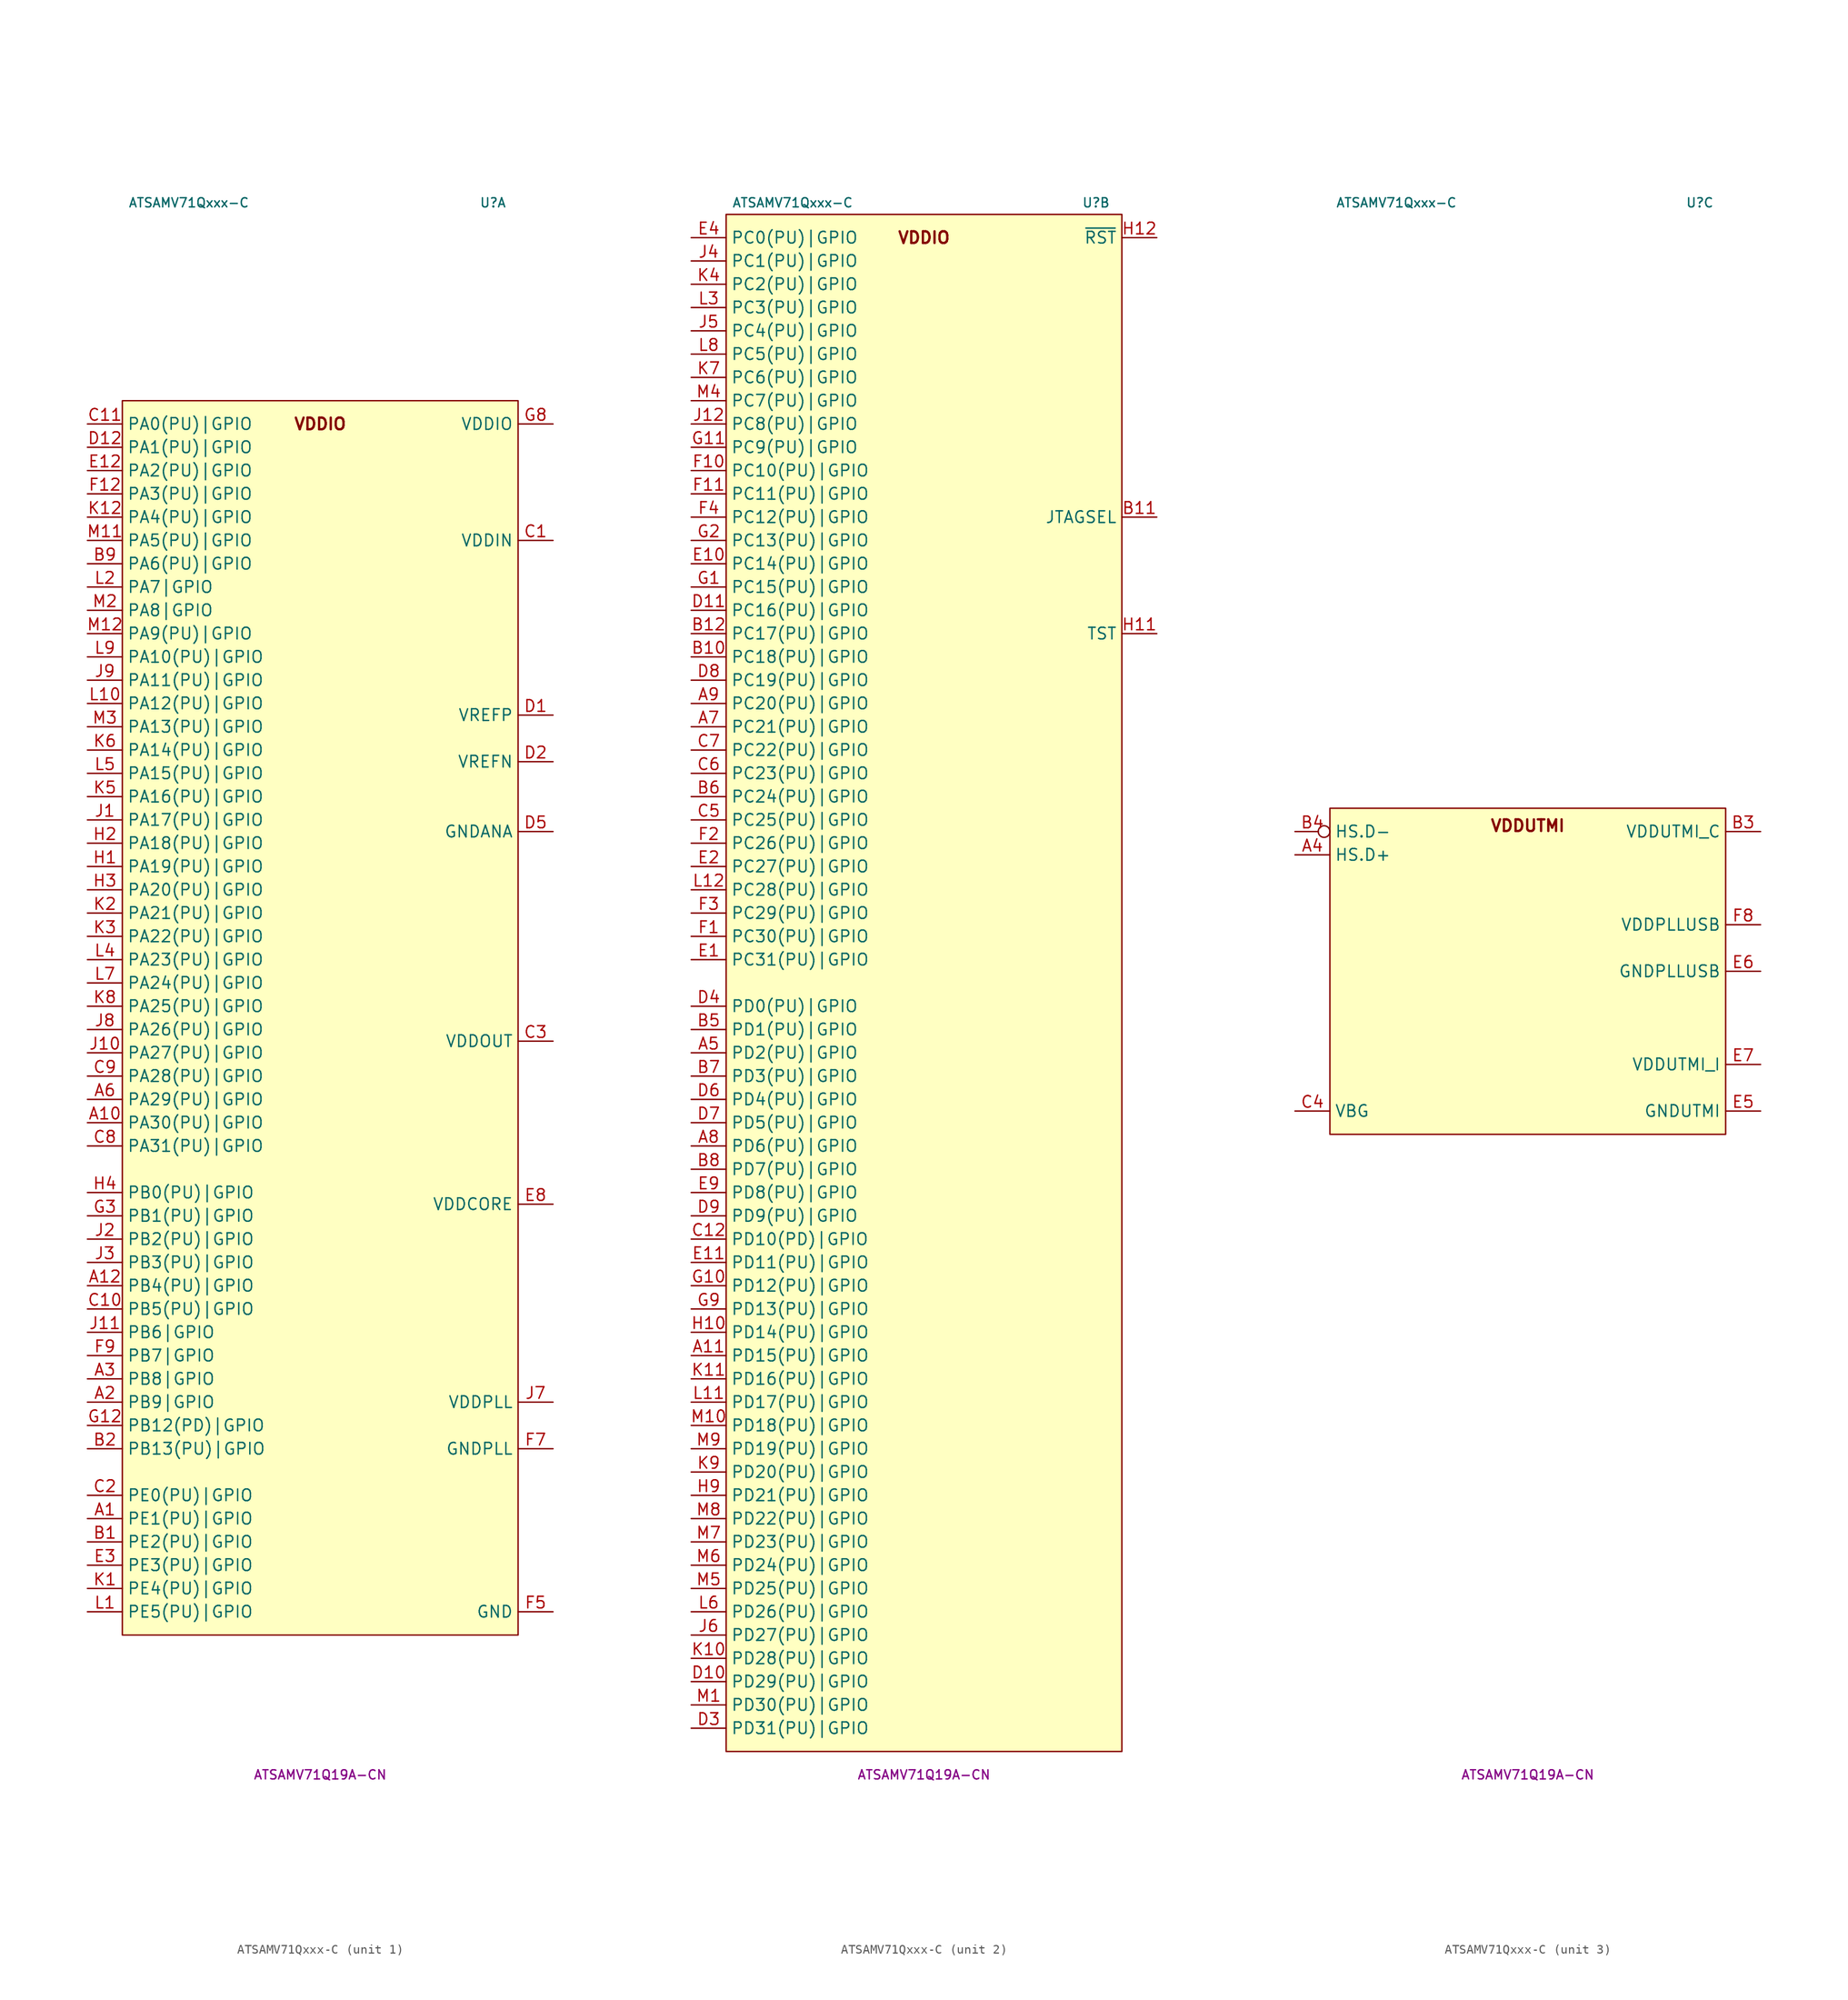
<source format=kicad_sym>
(kicad_symbol_lib
  (version 20231120)
  (generator "kicad_symbol_editor")
  (generator_version "8.0")
  (symbol "ATSAMV71Qxxx-C"
    (property "Reference" "U"
      (at 20.32 85.09 0)
      (do_not_autoplace)
      (effects (font (size 1 1)) (justify right)))
    (property "Value" "ATSAMV71Qxxx-C"
      (at -20.955 85.09 0)
      (do_not_autoplace)
      (effects (font (size 1 1)) (justify left)))
    (property "MPN" "ATSAMV71Q19A-CN"
      (at 0 -86.36 0)
      (do_not_autoplace)
      (effects (font (size 1 1))))
    (property "ki_locked" ""
      (at 0 0 0)
      (effects (font (size 1.27 1.27))))
    (symbol "ATSAMV71Qxxx-C_1_1"
      (rectangle (start -21.59 63.5) (end 21.59 -71.12) (stroke (width 0.152) (type default)) (fill (type background)))
      (text "VDDIO" (at 0 60.96 0) (effects (font (size 1.27 1.27) (bold yes))))
      (pin tri_state line (at -25.4 -58.42 0) (length 3.81) (name "PE1(PU)|GPIO" (effects (font (size 1.27 1.27)))) (number "A1" (effects (font (size 1.27 1.27)))) (alternate "PE1(PU)|A:EBI.D9" bidirectional line) (alternate "PE1(PU)|B:TC3.TIOB0" bidirectional line) (alternate "PE1(PU)|C:I2SC1.DO" output line))
      (pin tri_state line (at -25.4 -15.24 0) (length 3.81) (name "PA30(PU)|GPIO" (effects (font (size 1.27 1.27)))) (number "A10" (effects (font (size 1.27 1.27)))) (alternate "PA30(PU)|A:PWMC0.L2" output line) (alternate "PA30(PU)|ALT:WKUP11" input line) (alternate "PA30(PU)|B:PWMC1.EXTRG0" input line) (alternate "PA30(PU)|C:HSMCI.DA0" bidirectional line) (alternate "PA30(PU)|I2SC0.DO" output line))
      (pin tri_state line (at -25.4 -33.02 0) (length 3.81) (name "PB4(PU)|GPIO" (effects (font (size 1.27 1.27)))) (number "A12" (effects (font (size 1.27 1.27)))) (alternate "PB4(PU)|A:TW1.D" bidirectional line) (alternate "PB4(PU)|ALT:TDI" input line) (alternate "PB4(PU)|B:PWMC0.H2" output line) (alternate "PB4(PU)|C:MLB.CLK" input clock) (alternate "PB4(PU)|D:USART1.MO/SO" output line) (alternate "PB4(PU)|D:USART1.TXD" output line))
      (pin tri_state line (at -25.4 -45.72 0) (length 3.81) (name "PB9|GPIO" (effects (font (size 1.27 1.27)))) (number "A2" (effects (font (size 1.27 1.27)))) (alternate "PB9|XIN" input clock))
      (pin tri_state line (at -25.4 -43.18 0) (length 3.81) (name "PB8|GPIO" (effects (font (size 1.27 1.27)))) (number "A3" (effects (font (size 1.27 1.27)))) (alternate "PB8|XOUT" output clock))
      (pin tri_state line (at -25.4 -12.7 0) (length 3.81) (name "PA29(PU)|GPIO" (effects (font (size 1.27 1.27)))) (number "A6" (effects (font (size 1.27 1.27)))) (alternate "PA29(PU)|A:USART1.~{RI}" input inverted) (alternate "PA29(PU)|B:TC0.TCLK2" input clock))
      (pin tri_state line (at -25.4 -60.96 0) (length 3.81) (name "PE2(PU)|GPIO" (effects (font (size 1.27 1.27)))) (number "B1" (effects (font (size 1.27 1.27)))) (alternate "PE2(PU)|A:EBI.D10" bidirectional line) (alternate "PE2(PU)|B:TC3.TCLK0" input clock) (alternate "PE2(PU)|C:I2SC1.DI" input line))
      (pin tri_state line (at -25.4 -50.8 0) (length 3.81) (name "PB13(PU)|GPIO" (effects (font (size 1.27 1.27)))) (number "B2" (effects (font (size 1.27 1.27)))) (alternate "PB13(PU)|A:PWMC0.L2" output line) (alternate "PB13(PU)|ALT:DAC0" output line) (alternate "PB13(PU)|B:PCK0" output clock) (alternate "PB13(PU)|C:USART0.SCK" bidirectional clock))
      (pin tri_state line (at -25.4 45.72 0) (length 3.81) (name "PA6(PU)|GPIO" (effects (font (size 1.27 1.27)))) (number "B9" (effects (font (size 1.27 1.27)))) (alternate "PA6(PU)|B:PCK0" output clock) (alternate "PA6(PU)|C:UART1.TXD" output line))
      (pin power_in line (at 25.4 48.26 180) (length 3.81) (name "VDDIN" (effects (font (size 1.27 1.27)))) (number "C1" (effects (font (size 1.27 1.27)))))
      (pin tri_state line (at -25.4 -35.56 0) (length 3.81) (name "PB5(PU)|GPIO" (effects (font (size 1.27 1.27)))) (number "C10" (effects (font (size 1.27 1.27)))) (alternate "PB5(PU)|A:TW1.CK" bidirectional clock) (alternate "PB5(PU)|ALT:SWO" output line) (alternate "PB5(PU)|ALT:TDO" output line) (alternate "PB5(PU)|ALT:WKUP13" input line) (alternate "PB5(PU)|B:PWMC0.L0" output line) (alternate "PB5(PU)|C:MLB.DAT" bidirectional line) (alternate "PB5(PU)|D:SSC.TD" output line))
      (pin tri_state line (at -25.4 60.96 0) (length 3.81) (name "PA0(PU)|GPIO" (effects (font (size 1.27 1.27)))) (number "C11" (effects (font (size 1.27 1.27)))) (alternate "PA0(PU)|A:PWMC0.H0" output line) (alternate "PA0(PU)|ALT:WKUP0" input line) (alternate "PA0(PU)|B:TC0.TIO0A" bidirectional line) (alternate "PA0(PU)|C:EBI.A17" output line) (alternate "PA0(PU)|D:I2SC0.MCK" output clock))
      (pin tri_state line (at -25.4 -55.88 0) (length 3.81) (name "PE0(PU)|GPIO" (effects (font (size 1.27 1.27)))) (number "C2" (effects (font (size 1.27 1.27)))) (alternate "PE0(PU)|A:EBI.D8" bidirectional line) (alternate "PE0(PU)|ALT:AFE1.AD11" input line) (alternate "PE0(PU)|B:TC3.TIOA0" bidirectional line) (alternate "PE0(PU)|C:I2SC1.WS" bidirectional clock))
      (pin power_out line (at 25.4 -6.35 180) (length 3.81) (name "VDDOUT" (effects (font (size 1.27 1.27)))) (number "C3" (effects (font (size 1.27 1.27)))))
      (pin tri_state line (at -25.4 -17.78 0) (length 3.81) (name "PA31(PU)|GPIO" (effects (font (size 1.27 1.27)))) (number "C8" (effects (font (size 1.27 1.27)))) (alternate "PA31(PU)|A:SPI0.~{PCS1}" output inverted) (alternate "PA31(PU)|B:PCK2" output clock) (alternate "PA31(PU)|C:HSMCI.DA1" bidirectional line) (alternate "PA31(PU)|D:PWMC1.H2" output line))
      (pin tri_state line (at -25.4 -10.16 0) (length 3.81) (name "PA28(PU)|GPIO" (effects (font (size 1.27 1.27)))) (number "C9" (effects (font (size 1.27 1.27)))) (alternate "PA28(PU)|A:USART1.~{DSR}" input inverted) (alternate "PA28(PU)|B:TC0.TCLK1" input clock) (alternate "PA28(PU)|C:HSMCI.CMD" bidirectional line) (alternate "PA28(PU)|D:PWMC1.FL2" input line))
      (pin passive line (at 25.4 29.21 180) (length 3.81) (name "VREFP" (effects (font (size 1.27 1.27)))) (number "D1" (effects (font (size 1.27 1.27)))))
      (pin tri_state line (at -25.4 58.42 0) (length 3.81) (name "PA1(PU)|GPIO" (effects (font (size 1.27 1.27)))) (number "D12" (effects (font (size 1.27 1.27)))) (alternate "PA1(PU)|A:PWMC0.L0" output line) (alternate "PA1(PU)|ALT:WKUP1" input line) (alternate "PA1(PU)|B:TC0.TIOB0" bidirectional line) (alternate "PA1(PU)|C:EBI.A18" output line) (alternate "PA1(PU)|D:I2SC0.CK" bidirectional clock))
      (pin passive line (at 25.4 24.13 180) (length 3.81) (name "VREFN" (effects (font (size 1.27 1.27)))) (number "D2" (effects (font (size 1.27 1.27)))))
      (pin power_in line (at 25.4 16.51 180) (length 3.81) (name "GNDANA" (effects (font (size 1.27 1.27)))) (number "D5" (effects (font (size 1.27 1.27)))))
      (pin tri_state line (at -25.4 55.88 0) (length 3.81) (name "PA2(PU)|GPIO" (effects (font (size 1.27 1.27)))) (number "E12" (effects (font (size 1.27 1.27)))) (alternate "PA2(PU)|A:PWMC0.H1" output line) (alternate "PA2(PU)|ALT:WKUP2" input line) (alternate "PA2(PU)|C:DAC.DATRG" input line))
      (pin tri_state line (at -25.4 -63.5 0) (length 3.81) (name "PE3(PU)|GPIO" (effects (font (size 1.27 1.27)))) (number "E3" (effects (font (size 1.27 1.27)))) (alternate "PE3(PU)|A:EBI.D11" bidirectional line) (alternate "PE3(PU)|ALT:AFE1.AD10" input line) (alternate "PE3(PU)|B:TC3.TIOA1" bidirectional line))
      (pin power_in line (at 25.4 -24.13 180) (length 3.81) (name "VDDCORE" (effects (font (size 1.27 1.27)))) (number "E8" (effects (font (size 1.27 1.27)))))
      (pin tri_state line (at -25.4 53.34 0) (length 3.81) (name "PA3(PU)|GPIO" (effects (font (size 1.27 1.27)))) (number "F12" (effects (font (size 1.27 1.27)))) (alternate "PA3(PU)|A:TW0.D" bidirectional line) (alternate "PA3(PU)|ALT:PIODC0" input line) (alternate "PA3(PU)|B:USART1.~{LONCOL}" input inverted) (alternate "PA3(PU)|C:PCK2" output clock))
      (pin power_in line (at 25.4 -68.58 180) (length 3.81) (name "GND" (effects (font (size 1.27 1.27)))) (number "F5" (effects (font (size 1.27 1.27)))))
      (pin passive line (at 25.4 -68.58 180) (length 3.81) hide (name "GND" (effects (font (size 1.27 1.27)))) (number "F6" (effects (font (size 1.27 1.27)))))
      (pin power_in line (at 25.4 -50.8 180) (length 3.81) (name "GNDPLL" (effects (font (size 1.27 1.27)))) (number "F7" (effects (font (size 1.27 1.27)))))
      (pin tri_state line (at -25.4 -40.64 0) (length 3.81) (name "PB7|GPIO" (effects (font (size 1.27 1.27)))) (number "F9" (effects (font (size 1.27 1.27)))) (alternate "PB7|ALT:SWCLK" input clock) (alternate "PB7|ALT:TCK" input clock))
      (pin tri_state line (at -25.4 -48.26 0) (length 3.81) (name "PB12(PD)|GPIO" (effects (font (size 1.27 1.27)))) (number "G12" (effects (font (size 1.27 1.27)))) (alternate "PB12(PD)|A:PWMC0.L1" output line) (alternate "PB12(PD)|ALT:ERASE" input line) (alternate "PB12(PD)|B:GMAC.~{GTSUCOMP}" output inverted) (alternate "PB12(PD)|D:PCK0" output clock))
      (pin tri_state line (at -25.4 -25.4 0) (length 3.81) (name "PB1(PU)|GPIO" (effects (font (size 1.27 1.27)))) (number "G3" (effects (font (size 1.27 1.27)))) (alternate "PB1(PU)|A:PWMC0.H1" output line) (alternate "PB1(PU)|ALT.RTCOUT1" output line) (alternate "PB1(PU)|ALT:AFE1.AD0" input line) (alternate "PB1(PU)|B:GMAC.~{GTSUCOMP}" output inverted) (alternate "PB1(PU)|C:USART0.MO/SO" output line) (alternate "PB1(PU)|C:USART0.TXD" output line) (alternate "PB1(PU)|D:SSC.TK" output clock))
      (pin passive line (at 25.4 -68.58 180) (length 3.81) hide (name "GND" (effects (font (size 1.27 1.27)))) (number "G4" (effects (font (size 1.27 1.27)))))
      (pin passive line (at 25.4 -68.58 180) (length 3.81) hide (name "GND" (effects (font (size 1.27 1.27)))) (number "G5" (effects (font (size 1.27 1.27)))))
      (pin passive line (at 25.4 -68.58 180) (length 3.81) hide (name "GND" (effects (font (size 1.27 1.27)))) (number "G6" (effects (font (size 1.27 1.27)))))
      (pin passive line (at 25.4 -68.58 180) (length 3.81) hide (name "GND" (effects (font (size 1.27 1.27)))) (number "G7" (effects (font (size 1.27 1.27)))))
      (pin power_in line (at 25.4 60.96 180) (length 3.81) (name "VDDIO" (effects (font (size 1.27 1.27)))) (number "G8" (effects (font (size 1.27 1.27)))))
      (pin tri_state line (at -25.4 12.7 0) (length 3.81) (name "PA19(PU)|GPIO" (effects (font (size 1.27 1.27)))) (number "H1" (effects (font (size 1.27 1.27)))) (alternate "PA19(PU)|ALT:AFE0.AD8" input line) (alternate "PA19(PU)|ALT:WKUP9" input line) (alternate "PA19(PU)|B:PWMC0.L0" output line) (alternate "PA19(PU)|C:EBI.A15" output line) (alternate "PA19(PU)|D:I2SC1.MCK" output clock))
      (pin tri_state line (at -25.4 15.24 0) (length 3.81) (name "PA18(PU)|GPIO" (effects (font (size 1.27 1.27)))) (number "H2" (effects (font (size 1.27 1.27)))) (alternate "PA18(PU)|A:PWMC1.EXTRG1" input line) (alternate "PA18(PU)|ALT:AFE0.AD7" input line) (alternate "PA18(PU)|B:PCK2" output clock) (alternate "PA18(PU)|C:EBI.A14" output line))
      (pin tri_state line (at -25.4 10.16 0) (length 3.81) (name "PA20(PU)|GPIO" (effects (font (size 1.27 1.27)))) (number "H3" (effects (font (size 1.27 1.27)))) (alternate "PA20(PU)|ALT:AFE0.AD9" input line) (alternate "PA20(PU)|ALT:WKUP10" input line) (alternate "PA20(PU)|B:PWMC0.L1" output line) (alternate "PA20(PU)|C:EBI.A16" output line) (alternate "PA20(PU)|D:I2SC1.CK" bidirectional clock))
      (pin tri_state line (at -25.4 -22.86 0) (length 3.81) (name "PB0(PU)|GPIO" (effects (font (size 1.27 1.27)))) (number "H4" (effects (font (size 1.27 1.27)))) (alternate "PB0(PU)|A:PWMC0.H0" output line) (alternate "PB0(PU)|ALT:AFE0.AD10" input line) (alternate "PB0(PU)|ALT:RTCOUT0" output line) (alternate "PB0(PU)|C:USART0.MI/SI" input line) (alternate "PB0(PU)|C:USART0.RXD" input line) (alternate "PB0(PU)|D:SSC.TF" output clock))
      (pin passive line (at 25.4 -24.13 180) (length 3.81) hide (name "VDDCORE" (effects (font (size 1.27 1.27)))) (number "H5" (effects (font (size 1.27 1.27)))))
      (pin passive line (at 25.4 60.96 180) (length 3.81) hide (name "VDDIO" (effects (font (size 1.27 1.27)))) (number "H6" (effects (font (size 1.27 1.27)))))
      (pin passive line (at 25.4 60.96 180) (length 3.81) hide (name "VDDIO" (effects (font (size 1.27 1.27)))) (number "H7" (effects (font (size 1.27 1.27)))))
      (pin passive line (at 25.4 -24.13 180) (length 3.81) hide (name "VDDCORE" (effects (font (size 1.27 1.27)))) (number "H8" (effects (font (size 1.27 1.27)))))
      (pin tri_state line (at -25.4 17.78 0) (length 3.81) (name "PA17(PU)|GPIO" (effects (font (size 1.27 1.27)))) (number "J1" (effects (font (size 1.27 1.27)))) (alternate "PA17(PU)|A:QSPI.IO2" bidirectional line) (alternate "PA17(PU)|ALT:AFE0.AD6" input line) (alternate "PA17(PU)|B:PCK1" output clock) (alternate "PA17(PU)|C:PWMC0.H3" output line))
      (pin tri_state line (at -25.4 -7.62 0) (length 3.81) (name "PA27(PU)|GPIO" (effects (font (size 1.27 1.27)))) (number "J10" (effects (font (size 1.27 1.27)))) (alternate "PA27(PU)|A:USART1.~{DTR}" output inverted) (alternate "PA27(PU)|B:TC0.TIOB2" bidirectional line) (alternate "PA27(PU)|C:HSMCI.DA3" bidirectional line) (alternate "PA27(PU)|D:ISI.D7" input line))
      (pin tri_state line (at -25.4 -38.1 0) (length 3.81) (name "PB6|GPIO" (effects (font (size 1.27 1.27)))) (number "J11" (effects (font (size 1.27 1.27)))) (alternate "PB6|ALT:SWDIO" bidirectional line) (alternate "PB6|ALT:TMS" input line))
      (pin tri_state line (at -25.4 -27.94 0) (length 3.81) (name "PB2(PU)|GPIO" (effects (font (size 1.27 1.27)))) (number "J2" (effects (font (size 1.27 1.27)))) (alternate "PB2(PU)|A:CAN0.TX" output line) (alternate "PB2(PU)|ALT:AFE0.AD5" input line) (alternate "PB2(PU)|C:USART0.~{CTS}" input inverted) (alternate "PB2(PU)|D:SPI0.~{PCS0}" bidirectional inverted))
      (pin tri_state line (at -25.4 -30.48 0) (length 3.81) (name "PB3(PU)|GPIO" (effects (font (size 1.27 1.27)))) (number "J3" (effects (font (size 1.27 1.27)))) (alternate "PB3(PU)|A:CAN0.RX" input line) (alternate "PB3(PU)|ALT:AFE0.AD2" input line) (alternate "PB3(PU)|ALT:WKUP12" input line) (alternate "PB3(PU)|B:PCK2" output clock) (alternate "PB3(PU)|C:USART0.~{RTS}" output inverted) (alternate "PB3(PU)|D:ISI.D2" input line))
      (pin power_in line (at 25.4 -45.72 180) (length 3.81) (name "VDDPLL" (effects (font (size 1.27 1.27)))) (number "J7" (effects (font (size 1.27 1.27)))))
      (pin tri_state line (at -25.4 -5.08 0) (length 3.81) (name "PA26(PU)|GPIO" (effects (font (size 1.27 1.27)))) (number "J8" (effects (font (size 1.27 1.27)))) (alternate "PA26(PU)|A:USART1.~{DCD}" input inverted) (alternate "PA26(PU)|B:TC0.TIOA2" bidirectional line) (alternate "PA26(PU)|C:HSMCI.DA2" bidirectional line) (alternate "PA26(PU)|D:PWMC1.FL1" input line))
      (pin tri_state line (at -25.4 33.02 0) (length 3.81) (name "PA11(PU)|GPIO" (effects (font (size 1.27 1.27)))) (number "J9" (effects (font (size 1.27 1.27)))) (alternate "PA11(PU)|A:QSPI.~{CS}" output inverted) (alternate "PA11(PU)|ALT:PIODC5" input line) (alternate "PA11(PU)|ALT:WKUP7" input line) (alternate "PA11(PU)|B:PWMC0.H0" output line) (alternate "PA11(PU)|C:PWMC1.L0" output line))
      (pin tri_state line (at -25.4 -66.04 0) (length 3.81) (name "PE4(PU)|GPIO" (effects (font (size 1.27 1.27)))) (number "K1" (effects (font (size 1.27 1.27)))) (alternate "PE4(PU)|A:EBI.D12" bidirectional line) (alternate "PE4(PU)|ALT:AFE0.AD4" input line) (alternate "PE4(PU)|B:TC3.TIOB1" bidirectional line))
      (pin tri_state line (at -25.4 50.8 0) (length 3.81) (name "PA4(PU)|GPIO" (effects (font (size 1.27 1.27)))) (number "K12" (effects (font (size 1.27 1.27)))) (alternate "PA4(PU)|A:TW0.CK" bidirectional clock) (alternate "PA4(PU)|ALT:PIODC1" input line) (alternate "PA4(PU)|ALT:WKUP3" input line) (alternate "PA4(PU)|B:TC0.TCLK0" input clock) (alternate "PA4(PU)|C:UART1.TXD" output line))
      (pin tri_state line (at -25.4 7.62 0) (length 3.81) (name "PA21(PU)|GPIO" (effects (font (size 1.27 1.27)))) (number "K2" (effects (font (size 1.27 1.27)))) (alternate "PA21(PU)|A:USART1.MI/SI" input line) (alternate "PA21(PU)|A:USART1.RXD" input line) (alternate "PA21(PU)|ALT:AFE0.AD1" input line) (alternate "PA21(PU)|ALT:PIODCEN2" input line) (alternate "PA21(PU)|B:PCK1" output clock) (alternate "PA21(PU)|C:PWMC1.FL0" input line))
      (pin tri_state line (at -25.4 5.08 0) (length 3.81) (name "PA22(PU)|GPIO" (effects (font (size 1.27 1.27)))) (number "K3" (effects (font (size 1.27 1.27)))) (alternate "PA22(PU)|A:SSC.RK" input clock) (alternate "PA22(PU)|ALT:PIODCCLK" input clock) (alternate "PA22(PU)|B:PWMC0.EXTRG1" input line) (alternate "PA22(PU)|C:EBI.~{CS2}" output inverted))
      (pin tri_state line (at -25.4 20.32 0) (length 3.81) (name "PA16(PU)|GPIO" (effects (font (size 1.27 1.27)))) (number "K5" (effects (font (size 1.27 1.27)))) (alternate "PA16(PU)|A:EBI.D15" bidirectional line) (alternate "PA16(PU)|B:TC0.TIOB1" bidirectional line) (alternate "PA16(PU)|C:PWMC0.L2" output line) (alternate "PA16(PU)|D:I2SC0.DI" input line))
      (pin tri_state line (at -25.4 25.4 0) (length 3.81) (name "PA14(PU)|GPIO" (effects (font (size 1.27 1.27)))) (number "K6" (effects (font (size 1.27 1.27)))) (alternate "PA14(PU)|A:QSPI.SCK" output clock) (alternate "PA14(PU)|ALT:PIODCEN1" input line) (alternate "PA14(PU)|ALT:WKUP8" input line) (alternate "PA14(PU)|B:PWMC0.H3" output line) (alternate "PA14(PU)|C:PWMC1.H1" output line))
      (pin tri_state line (at -25.4 -2.54 0) (length 3.81) (name "PA25(PU)|GPIO" (effects (font (size 1.27 1.27)))) (number "K8" (effects (font (size 1.27 1.27)))) (alternate "PA25(PU)|A:USART1.~{CTS}" input inverted) (alternate "PA25(PU)|B:PWMC0.H2" output line) (alternate "PA25(PU)|C:EBI.A23" output line) (alternate "PA25(PU)|D:HSMCI.CK" output clock))
      (pin tri_state line (at -25.4 -68.58 0) (length 3.81) (name "PE5(PU)|GPIO" (effects (font (size 1.27 1.27)))) (number "L1" (effects (font (size 1.27 1.27)))) (alternate "PE5(PU)|A:EBI.D13" bidirectional line) (alternate "PE5(PU)|ALT:AFE0.AD3" input line) (alternate "PE5(PU)|B:TC3.TCLK1" input clock))
      (pin tri_state line (at -25.4 30.48 0) (length 3.81) (name "PA12(PU)|GPIO" (effects (font (size 1.27 1.27)))) (number "L10" (effects (font (size 1.27 1.27)))) (alternate "PA12(PU)|A:QSPI.IO1" bidirectional line) (alternate "PA12(PU)|ALT:PIODC6" input line) (alternate "PA12(PU)|B:PWMC0.H1" output line) (alternate "PA12(PU)|C:PWMC1.H0" output line))
      (pin tri_state line (at -25.4 43.18 0) (length 3.81) (name "PA7|GPIO" (effects (font (size 1.27 1.27)))) (number "L2" (effects (font (size 1.27 1.27)))) (alternate "PA7|ALT:XIN32" input clock) (alternate "PA7|B:PWMC0.H3" output line))
      (pin tri_state line (at -25.4 2.54 0) (length 3.81) (name "PA23(PU)|GPIO" (effects (font (size 1.27 1.27)))) (number "L4" (effects (font (size 1.27 1.27)))) (alternate "PA23(PU)|A:USART1.SCK" bidirectional clock) (alternate "PA23(PU)|B:PWMC0.H0" output line) (alternate "PA23(PU)|C:EBI.A19" output line) (alternate "PA23(PU)|D:PWMC1.L2" output line))
      (pin tri_state line (at -25.4 22.86 0) (length 3.81) (name "PA15(PU)|GPIO" (effects (font (size 1.27 1.27)))) (number "L5" (effects (font (size 1.27 1.27)))) (alternate "PA15(PU)|A:EBI.D14" bidirectional line) (alternate "PA15(PU)|B:TC0.TIOA1" bidirectional line) (alternate "PA15(PU)|C:PWMC0.L3" output line) (alternate "PA15(PU)|D:I2SC0.WS" bidirectional clock))
      (pin tri_state line (at -25.4 0 0) (length 3.81) (name "PA24(PU)|GPIO" (effects (font (size 1.27 1.27)))) (number "L7" (effects (font (size 1.27 1.27)))) (alternate "PA24(PU)|A:USART1.~{RTS}" output inverted) (alternate "PA24(PU)|B:PWMC0.H1" output line) (alternate "PA24(PU)|C:EBI.A20" output line) (alternate "PA24(PU)|D:ISI.PCK" input clock))
      (pin tri_state line (at -25.4 35.56 0) (length 3.81) (name "PA10(PU)|GPIO" (effects (font (size 1.27 1.27)))) (number "L9" (effects (font (size 1.27 1.27)))) (alternate "PA10(PU)|A:UART0.TXD" output line) (alternate "PA10(PU)|ALT:PIODC4" input line) (alternate "PA10(PU)|B:PWMC0.EXTRG0" input line) (alternate "PA10(PU)|C:SSC.RD" input line))
      (pin tri_state line (at -25.4 48.26 0) (length 3.81) (name "PA5(PU)|GPIO" (effects (font (size 1.27 1.27)))) (number "M11" (effects (font (size 1.27 1.27)))) (alternate "PA5(PU)|A:PWMC1.L3" output line) (alternate "PA5(PU)|ALT:PIODC2" input line) (alternate "PA5(PU)|ALT:WKUP4" input line) (alternate "PA5(PU)|B:ISI.D4" input line) (alternate "PA5(PU)|C:UART1.RXD" input line))
      (pin tri_state line (at -25.4 38.1 0) (length 3.81) (name "PA9(PU)|GPIO" (effects (font (size 1.27 1.27)))) (number "M12" (effects (font (size 1.27 1.27)))) (alternate "PA9(PU)|A:UART0.RXD" input line) (alternate "PA9(PU)|ALT:PIODC3" input line) (alternate "PA9(PU)|ALT:WKUP6" input line) (alternate "PA9(PU)|B:ISI.D3" input line) (alternate "PA9(PU)|C:PWMC0.FL0" input line))
      (pin tri_state line (at -25.4 40.64 0) (length 3.81) (name "PA8|GPIO" (effects (font (size 1.27 1.27)))) (number "M2" (effects (font (size 1.27 1.27)))) (alternate "PA8|A:PWMC1.H3" output line) (alternate "PA8|ALT:XOUT32" output clock) (alternate "PA8|B:AFE0.ADTRG" input line))
      (pin tri_state line (at -25.4 27.94 0) (length 3.81) (name "PA13(PU)|GPIO" (effects (font (size 1.27 1.27)))) (number "M3" (effects (font (size 1.27 1.27)))) (alternate "PA13(PU)|A:QSPI.IO0" bidirectional line) (alternate "PA13(PU)|ALT:PIODC7" input line) (alternate "PA13(PU)|B:PWMC0.H2" output line) (alternate "PA13(PU)|C:PWMC1.L1" output line)))
    (symbol "ATSAMV71Qxxx-C_2_1"
      (rectangle (start -21.59 83.82) (end 21.59 -83.82) (stroke (width 0.152) (type default)) (fill (type background)))
      (text "VDDIO" (at 0 81.28 0) (effects (font (size 1.27 1.27) (bold yes))))
      (pin tri_state line (at -25.4 -40.64 0) (length 3.81) (name "PD15(PU)|GPIO" (effects (font (size 1.27 1.27)))) (number "A11" (effects (font (size 1.27 1.27)))) (alternate "PD15(PU)|A:GMAC.GTX2" output line) (alternate "PD15(PU)|B:USART2.MI/SI" input line) (alternate "PD15(PU)|B:USART2.RXD" input line) (alternate "PD15(PU)|C:EBI.~{BS1}" output inverted) (alternate "PD15(PU)|C:EBI.~{WR1}" output inverted))
      (pin tri_state line (at -25.4 -7.62 0) (length 3.81) (name "PD2(PU)|GPIO" (effects (font (size 1.27 1.27)))) (number "A5" (effects (font (size 1.27 1.27)))) (alternate "PD2(PU)|A:GMAC.GTX0" output line) (alternate "PD2(PU)|B:PWMC1.L1" output line) (alternate "PD2(PU)|C:SPI1.~{PCS3}" output inverted) (alternate "PD2(PU)|D:USART0.~{DSR}" input inverted))
      (pin tri_state line (at -25.4 27.94 0) (length 3.81) (name "PC21(PU)|GPIO" (effects (font (size 1.27 1.27)))) (number "A7" (effects (font (size 1.27 1.27)))) (alternate "PC21(PU)|A:EBI.A3" output line) (alternate "PC21(PU)|B:PWMC0.H3" output line))
      (pin tri_state line (at -25.4 -17.78 0) (length 3.81) (name "PD6(PU)|GPIO" (effects (font (size 1.27 1.27)))) (number "A8" (effects (font (size 1.27 1.27)))) (alternate "PD6(PU)|A:GMAC.GRX1" input line) (alternate "PD6(PU)|B:PWMC1.L3" output line) (alternate "PD6(PU)|C:TRACE.D2" bidirectional line) (alternate "PD6(PU)|D:USART2.~{DSR}" input inverted))
      (pin tri_state line (at -25.4 30.48 0) (length 3.81) (name "PC20(PU)|GPIO" (effects (font (size 1.27 1.27)))) (number "A9" (effects (font (size 1.27 1.27)))) (alternate "PC20(PU)|A:EBI.A2" output line) (alternate "PC20(PU)|B:PWMC0.L2" output line))
      (pin tri_state line (at -25.4 35.56 0) (length 3.81) (name "PC18(PU)|GPIO" (effects (font (size 1.27 1.27)))) (number "B10" (effects (font (size 1.27 1.27)))) (alternate "PC18(PU)|A:EBI.A0" output line) (alternate "PC18(PU)|A:EBI.~{BS0}" output inverted) (alternate "PC18(PU)|B:PWMC0.L1" output line))
      (pin input line (at 25.4 50.8 180) (length 3.81) (name "JTAGSEL" (effects (font (size 1.27 1.27)))) (number "B11" (effects (font (size 1.27 1.27)))))
      (pin tri_state line (at -25.4 38.1 0) (length 3.81) (name "PC17(PU)|GPIO" (effects (font (size 1.27 1.27)))) (number "B12" (effects (font (size 1.27 1.27)))) (alternate "PC17(PU)|A:EBI.A22" output line) (alternate "PC17(PU)|A:EBI.~{NANDCLE}" output inverted))
      (pin tri_state line (at -25.4 -5.08 0) (length 3.81) (name "PD1(PU)|GPIO" (effects (font (size 1.27 1.27)))) (number "B5" (effects (font (size 1.27 1.27)))) (alternate "PD1(PU)|A:GMAC.GTXEN" output line) (alternate "PD1(PU)|B:PWMC1.H0" output line) (alternate "PD1(PU)|C:SPI1.~{PCS2}" output inverted) (alternate "PD1(PU)|D:USART0.~{DTR}" output inverted))
      (pin tri_state line (at -25.4 20.32 0) (length 3.81) (name "PC24(PU)|GPIO" (effects (font (size 1.27 1.27)))) (number "B6" (effects (font (size 1.27 1.27)))) (alternate "PC24(PU)|A:EBI.A6" output line) (alternate "PC24(PU)|B:TC1.TIOB0" bidirectional line) (alternate "PC24(PU)|C:SPI1.SPCK" bidirectional clock))
      (pin tri_state line (at -25.4 -10.16 0) (length 3.81) (name "PD3(PU)|GPIO" (effects (font (size 1.27 1.27)))) (number "B7" (effects (font (size 1.27 1.27)))) (alternate "PD3(PU)|A:GMAC.TX1" output line) (alternate "PD3(PU)|B:PWMC1.H1" output line) (alternate "PD3(PU)|C:UART4.TXD" output line) (alternate "PD3(PU)|D:USART0.~{RI}" input inverted))
      (pin tri_state line (at -25.4 -20.32 0) (length 3.81) (name "PD7(PU)|GPIO" (effects (font (size 1.27 1.27)))) (number "B8" (effects (font (size 1.27 1.27)))) (alternate "PD7(PU)|A:GMAC.GRXER" input line) (alternate "PD7(PU)|B:PWMC1.H3" output line) (alternate "PD7(PU)|C:TRACE.D3" bidirectional line) (alternate "PD7(PU)|D:USART2.~{RI}" input inverted))
      (pin tri_state line (at -25.4 -27.94 0) (length 3.81) (name "PD10(PD)|GPIO" (effects (font (size 1.27 1.27)))) (number "C12" (effects (font (size 1.27 1.27)))) (alternate "PD10(PD)|A:GMAC.GCRS" input line) (alternate "PD10(PD)|B:PWMC0.L0" output line) (alternate "PD10(PD)|C:SSC.TD" output line) (alternate "PD10(PD)|D:MLB.SIG" bidirectional line))
      (pin tri_state line (at -25.4 17.78 0) (length 3.81) (name "PC25(PU)|GPIO" (effects (font (size 1.27 1.27)))) (number "C5" (effects (font (size 1.27 1.27)))) (alternate "PC25(PU)|A:EBI.A7" output line) (alternate "PC25(PU)|B:TC1.TCLK0" input clock) (alternate "PC25(PU)|C:SPI1.~{PCS0}" bidirectional inverted))
      (pin tri_state line (at -25.4 22.86 0) (length 3.81) (name "PC23(PU)|GPIO" (effects (font (size 1.27 1.27)))) (number "C6" (effects (font (size 1.27 1.27)))) (alternate "PC23(PU)|A:EBI.A5" output line) (alternate "PC23(PU)|B:TC1.TIOA0" bidirectional line))
      (pin tri_state line (at -25.4 25.4 0) (length 3.81) (name "PC22(PU)|GPIO" (effects (font (size 1.27 1.27)))) (number "C7" (effects (font (size 1.27 1.27)))) (alternate "PC22(PU)|A:EBI.A4" output line) (alternate "PC22(PU)|B:PWMC0.L3" output line))
      (pin tri_state line (at -25.4 -76.2 0) (length 3.81) (name "PD29(PU)|GPIO" (effects (font (size 1.27 1.27)))) (number "D10" (effects (font (size 1.27 1.27)))))
      (pin tri_state line (at -25.4 40.64 0) (length 3.81) (name "PC16(PU)|GPIO" (effects (font (size 1.27 1.27)))) (number "D11" (effects (font (size 1.27 1.27)))) (alternate "PC16(PU)|A:EBI.A21" output line) (alternate "PC16(PU)|A:EBI.~{NANDALE}" output inverted))
      (pin tri_state line (at -25.4 -81.28 0) (length 3.81) (name "PD31(PU)|GPIO" (effects (font (size 1.27 1.27)))) (number "D3" (effects (font (size 1.27 1.27)))) (alternate "PD31(PU)|A:QSPI.IO3" bidirectional line) (alternate "PD31(PU)|B:UART3.TXD" output line) (alternate "PD31(PU)|C:PCK2" output clock) (alternate "PD31(PU)|D:ISI.D11" input line))
      (pin tri_state line (at -25.4 -2.54 0) (length 3.81) (name "PD0(PU)|GPIO" (effects (font (size 1.27 1.27)))) (number "D4" (effects (font (size 1.27 1.27)))) (alternate "PD0(PU)|A:GMAC.TXCK" input clock) (alternate "PD0(PU)|ALT:DAC1" output line) (alternate "PD0(PU)|B:PWMC1.L0" output line) (alternate "PD0(PU)|D:USART0.~{DCD}" input inverted))
      (pin tri_state line (at -25.4 -12.7 0) (length 3.81) (name "PD4(PU)|GPIO" (effects (font (size 1.27 1.27)))) (number "D6" (effects (font (size 1.27 1.27)))) (alternate "PD4(PU)|A:GMAC.GRXDV" input line) (alternate "PD4(PU)|B:PWMC1.L2" output line) (alternate "PD4(PU)|C:TRACE.D0" bidirectional line) (alternate "PD4(PU)|D:USART2.~{DCD}" input inverted))
      (pin tri_state line (at -25.4 -15.24 0) (length 3.81) (name "PD5(PU)|GPIO" (effects (font (size 1.27 1.27)))) (number "D7" (effects (font (size 1.27 1.27)))) (alternate "PD5(PU)|A:GMAC.GRX0" input line) (alternate "PD5(PU)|B:PWMC1.H2" output line) (alternate "PD5(PU)|C:TRACE.D1" output line) (alternate "PD5(PU)|D:USART2.~{DTR}" output inverted))
      (pin tri_state line (at -25.4 33.02 0) (length 3.81) (name "PC19(PU)|GPIO" (effects (font (size 1.27 1.27)))) (number "D8" (effects (font (size 1.27 1.27)))) (alternate "PC19(PU)|A:EBI.A1" output line) (alternate "PC19(PU)|B:PWMC0.H2" output line))
      (pin tri_state line (at -25.4 -25.4 0) (length 3.81) (name "PD9(PU)|GPIO" (effects (font (size 1.27 1.27)))) (number "D9" (effects (font (size 1.27 1.27)))) (alternate "PD9(PU)|A:GMAC.GMDIO" bidirectional line) (alternate "PD9(PU)|B:PWMC0.FL2" input line) (alternate "PD9(PU)|C:AFE1.ADTRG" input line))
      (pin tri_state line (at -25.4 2.54 0) (length 3.81) (name "PC31(PU)|GPIO" (effects (font (size 1.27 1.27)))) (number "E1" (effects (font (size 1.27 1.27)))) (alternate "PC31(PU)|A:EBI.A13" output line) (alternate "PC31(PU)|ALT:AFE1.AD6" input line) (alternate "PC31(PU)|B:TC1.TCLK2" input clock))
      (pin tri_state line (at -25.4 45.72 0) (length 3.81) (name "PC14(PU)|GPIO" (effects (font (size 1.27 1.27)))) (number "E10" (effects (font (size 1.27 1.27)))) (alternate "PC14(PU)|A:EBI.~{CS0}" output inverted) (alternate "PC14(PU)|B:TC2.TCLK2" input clock) (alternate "PC14(PU)|C:CAN1.TX" output line))
      (pin tri_state line (at -25.4 -30.48 0) (length 3.81) (name "PD11(PU)|GPIO" (effects (font (size 1.27 1.27)))) (number "E11" (effects (font (size 1.27 1.27)))) (alternate "PD11(PU)|A:GMAC.GRX2" input line) (alternate "PD11(PU)|B:PWMC0.H0" output line) (alternate "PD11(PU)|C:GMAC.~{GTSUCOMP}" output inverted) (alternate "PD11(PU)|D:ISI.D5" input line))
      (pin tri_state line (at -25.4 12.7 0) (length 3.81) (name "PC27(PU)|GPIO" (effects (font (size 1.27 1.27)))) (number "E2" (effects (font (size 1.27 1.27)))) (alternate "PC27(PU)|A:EBI.A9" output line) (alternate "PC27(PU)|ALT:AFE1.AD8" input line) (alternate "PC27(PU)|B:TC1.TIOB1" bidirectional line) (alternate "PC27(PU)|C:SPI1.MO" output line) (alternate "PC27(PU)|C:SPI1.SI" input line))
      (pin tri_state line (at -25.4 81.28 0) (length 3.81) (name "PC0(PU)|GPIO" (effects (font (size 1.27 1.27)))) (number "E4" (effects (font (size 1.27 1.27)))) (alternate "PC0(PU)|A:EBI.D0" bidirectional line) (alternate "PC0(PU)|ALT:AFE1.AD9" input line) (alternate "PC0(PU)|B:PWMC0.L0" output line))
      (pin tri_state line (at -25.4 -22.86 0) (length 3.81) (name "PD8(PU)|GPIO" (effects (font (size 1.27 1.27)))) (number "E9" (effects (font (size 1.27 1.27)))) (alternate "PD8(PU)|A:GMAC.GMDC" output clock) (alternate "PD8(PU)|B:PWMC0.FL1" input line) (alternate "PD8(PU)|D:TRACE.CLK" output clock))
      (pin tri_state line (at -25.4 5.08 0) (length 3.81) (name "PC30(PU)|GPIO" (effects (font (size 1.27 1.27)))) (number "F1" (effects (font (size 1.27 1.27)))) (alternate "PC30(PU)|A:EBI.A12" output line) (alternate "PC30(PU)|ALT:AFE1.AD5" input line) (alternate "PC30(PU)|B:TC1.TIOB2" bidirectional line) (alternate "PC30(PU)|C:SPI1.~{PCS3}" output inverted))
      (pin tri_state line (at -25.4 55.88 0) (length 3.81) (name "PC10(PU)|GPIO" (effects (font (size 1.27 1.27)))) (number "F10" (effects (font (size 1.27 1.27)))) (alternate "PC10(PU)|A:EBI.~{NANDWE}" output inverted) (alternate "PC10(PU)|B:TC2.TCLK1" input clock))
      (pin tri_state line (at -25.4 53.34 0) (length 3.81) (name "PC11(PU)|GPIO" (effects (font (size 1.27 1.27)))) (number "F11" (effects (font (size 1.27 1.27)))) (alternate "PC11(PU)|A:EBI.~{RD}" output inverted) (alternate "PC11(PU)|B:TC2.TIOA2" bidirectional line))
      (pin tri_state line (at -25.4 15.24 0) (length 3.81) (name "PC26(PU)|GPIO" (effects (font (size 1.27 1.27)))) (number "F2" (effects (font (size 1.27 1.27)))) (alternate "PC26(PU)|A:EBI.A8" output line) (alternate "PC26(PU)|ALT:AFE1.AD7" input line) (alternate "PC26(PU)|B:TC1.TIOA1" bidirectional line) (alternate "PC26(PU)|C:SPI1.MI" input line) (alternate "PC26(PU)|C:SPI1.SO" output line))
      (pin tri_state line (at -25.4 7.62 0) (length 3.81) (name "PC29(PU)|GPIO" (effects (font (size 1.27 1.27)))) (number "F3" (effects (font (size 1.27 1.27)))) (alternate "PC29(PU)|A:EBI.A11" output line) (alternate "PC29(PU)|ALT:AFE1.AD4" input line) (alternate "PC29(PU)|B:TC1.TIOA2" bidirectional line) (alternate "PC29(PU)|C:SPI1.~{PCS2}" output line))
      (pin tri_state line (at -25.4 50.8 0) (length 3.81) (name "PC12(PU)|GPIO" (effects (font (size 1.27 1.27)))) (number "F4" (effects (font (size 1.27 1.27)))) (alternate "PC12(PU)|A:EBI.~{CS3}" output inverted) (alternate "PC12(PU)|ALT:AFE1.AD3" input line) (alternate "PC12(PU)|B:TC2.TIOB2" bidirectional line) (alternate "PC12(PU)|C:CAN1.RX" input line))
      (pin tri_state line (at -25.4 43.18 0) (length 3.81) (name "PC15(PU)|GPIO" (effects (font (size 1.27 1.27)))) (number "G1" (effects (font (size 1.27 1.27)))) (alternate "PC15(PU)|A:EBI.~{CS1}" output inverted) (alternate "PC15(PU)|ALT:AFE1.AD2" input line) (alternate "PC15(PU)|B:PWMC0.L3" output line))
      (pin tri_state line (at -25.4 -33.02 0) (length 3.81) (name "PD12(PU)|GPIO" (effects (font (size 1.27 1.27)))) (number "G10" (effects (font (size 1.27 1.27)))) (alternate "PD12(PU)|A:GMAC.GRX3" input line) (alternate "PD12(PU)|B:CAN1.TX" output line) (alternate "PD12(PU)|C:SPI0.~{PCS2}" output inverted) (alternate "PD12(PU)|D:ISI.D6" bidirectional line))
      (pin tri_state line (at -25.4 58.42 0) (length 3.81) (name "PC9(PU)|GPIO" (effects (font (size 1.27 1.27)))) (number "G11" (effects (font (size 1.27 1.27)))) (alternate "PC9(PU)|A:EBI.~{NANDOE}" output inverted))
      (pin tri_state line (at -25.4 48.26 0) (length 3.81) (name "PC13(PU)|GPIO" (effects (font (size 1.27 1.27)))) (number "G2" (effects (font (size 1.27 1.27)))) (alternate "PC13(PU)|A:EBI.~{WAIT}" input inverted) (alternate "PC13(PU)|ALT:AFE1.AD1" input line) (alternate "PC13(PU)|B:PWMC0.H3" output line))
      (pin tri_state line (at -25.4 -35.56 0) (length 3.81) (name "PD13(PU)|GPIO" (effects (font (size 1.27 1.27)))) (number "G9" (effects (font (size 1.27 1.27)))) (alternate "PD13(PU)|A:GMAC.GCOL" input line))
      (pin tri_state line (at -25.4 -38.1 0) (length 3.81) (name "PD14(PU)|GPIO" (effects (font (size 1.27 1.27)))) (number "H10" (effects (font (size 1.27 1.27)))) (alternate "PD14(PU)|A:GMAC.GRXCK" input clock))
      (pin input line (at 25.4 38.1 180) (length 3.81) (name "TST" (effects (font (size 1.27 1.27)))) (number "H11" (effects (font (size 1.27 1.27)))))
      (pin input line (at 25.4 81.28 180) (length 3.81) (name "~{RST}" (effects (font (size 1.27 1.27)))) (number "H12" (effects (font (size 1.27 1.27)))))
      (pin tri_state line (at -25.4 -55.88 0) (length 3.81) (name "PD21(PU)|GPIO" (effects (font (size 1.27 1.27)))) (number "H9" (effects (font (size 1.27 1.27)))) (alternate "PD21(PU)|A:PWMC0.H1" output line) (alternate "PD21(PU)|B:SPI0.MO" output line) (alternate "PD21(PU)|B:SPI0.SI" input line) (alternate "PD21(PU)|C:TC3.TIOA2" bidirectional line) (alternate "PD21(PU)|D:ISI.D1" input line))
      (pin tri_state line (at -25.4 60.96 0) (length 3.81) (name "PC8(PU)|GPIO" (effects (font (size 1.27 1.27)))) (number "J12" (effects (font (size 1.27 1.27)))) (alternate "PC8(PU)|A:EBI.~{WE}" output inverted) (alternate "PC8(PU)|A:EBI.~{WR0}" output inverted) (alternate "PC8(PU)|B:TC2.TIOA1" bidirectional line))
      (pin tri_state line (at -25.4 78.74 0) (length 3.81) (name "PC1(PU)|GPIO" (effects (font (size 1.27 1.27)))) (number "J4" (effects (font (size 1.27 1.27)))) (alternate "PC1(PU)|A:EBI.D1" bidirectional line) (alternate "PC1(PU)|B:PWMC0.L1" output line))
      (pin tri_state line (at -25.4 71.12 0) (length 3.81) (name "PC4(PU)|GPIO" (effects (font (size 1.27 1.27)))) (number "J5" (effects (font (size 1.27 1.27)))) (alternate "PC4(PU)|A:EBI.D4" bidirectional line))
      (pin tri_state line (at -25.4 -71.12 0) (length 3.81) (name "PD27(PU)|GPIO" (effects (font (size 1.27 1.27)))) (number "J6" (effects (font (size 1.27 1.27)))) (alternate "PD27(PU)|A:PWMC0.L3" output line) (alternate "PD27(PU)|B:SPI0.~{PCS3}" output inverted) (alternate "PD27(PU)|C:TW2.D" bidirectional line) (alternate "PD27(PU)|D:ISI.D8" input line))
      (pin tri_state line (at -25.4 -73.66 0) (length 3.81) (name "PD28(PU)|GPIO" (effects (font (size 1.27 1.27)))) (number "K10" (effects (font (size 1.27 1.27)))) (alternate "PD28(PU)|A:UART3.RXD" input line) (alternate "PD28(PU)|ALT:WKUP5" input line) (alternate "PD28(PU)|C:TW2.CK" bidirectional clock) (alternate "PD28(PU)|D:ISI.D9" input line))
      (pin tri_state line (at -25.4 -43.18 0) (length 3.81) (name "PD16(PU)|GPIO" (effects (font (size 1.27 1.27)))) (number "K11" (effects (font (size 1.27 1.27)))) (alternate "PD16(PU)|A:GMAC.GTX3" output line) (alternate "PD16(PU)|B:USART2.MO/SO" output line) (alternate "PD16(PU)|B:USART2.TXD" output line))
      (pin tri_state line (at -25.4 76.2 0) (length 3.81) (name "PC2(PU)|GPIO" (effects (font (size 1.27 1.27)))) (number "K4" (effects (font (size 1.27 1.27)))) (alternate "PC2(PU)|A:EBI.D2" bidirectional line) (alternate "PC2(PU)|B:PWMC0.L2" output line))
      (pin tri_state line (at -25.4 66.04 0) (length 3.81) (name "PC6(PU)|GPIO" (effects (font (size 1.27 1.27)))) (number "K7" (effects (font (size 1.27 1.27)))) (alternate "PC6(PU)|A:EBI.D6" bidirectional line) (alternate "PC6(PU)|B:TC2.TIOB0" bidirectional line))
      (pin tri_state line (at -25.4 -53.34 0) (length 3.81) (name "PD20(PU)|GPIO" (effects (font (size 1.27 1.27)))) (number "K9" (effects (font (size 1.27 1.27)))) (alternate "PD20(PU)|A:PWMC0.H0" output line) (alternate "PD20(PU)|B:SPI0.MI" input line) (alternate "PD20(PU)|B:SPI0.SO" output line) (alternate "PD20(PU)|C:GMAC.~{GTSUCOMP}" output inverted))
      (pin tri_state line (at -25.4 -45.72 0) (length 3.81) (name "PD17(PU)|GPIO" (effects (font (size 1.27 1.27)))) (number "L11" (effects (font (size 1.27 1.27)))) (alternate "PD17(PU)|A:GMAC.GTXER" output line) (alternate "PD17(PU)|B:USART2.SCK" bidirectional clock))
      (pin tri_state line (at -25.4 10.16 0) (length 3.81) (name "PC28(PU)|GPIO" (effects (font (size 1.27 1.27)))) (number "L12" (effects (font (size 1.27 1.27)))) (alternate "PC28(PU)|A:EBI.A10" output line) (alternate "PC28(PU)|B:TC1.TCLK1" input clock) (alternate "PC28(PU)|C:SPI1.~{PCS1}" output inverted))
      (pin tri_state line (at -25.4 73.66 0) (length 3.81) (name "PC3(PU)|GPIO" (effects (font (size 1.27 1.27)))) (number "L3" (effects (font (size 1.27 1.27)))) (alternate "PC3(PU)|A:EBI.D3" bidirectional line) (alternate "PC3(PU)|B:PWMC0.L3" output line))
      (pin tri_state line (at -25.4 -68.58 0) (length 3.81) (name "PD26(PU)|GPIO" (effects (font (size 1.27 1.27)))) (number "L6" (effects (font (size 1.27 1.27)))) (alternate "PD26(PU)|A:PWMC0.L2" output line) (alternate "PD26(PU)|B:SSC.TD" output line) (alternate "PD26(PU)|C:UART2.TXD" output line) (alternate "PD26(PU)|D:UART1.TXD" output line))
      (pin tri_state line (at -25.4 68.58 0) (length 3.81) (name "PC5(PU)|GPIO" (effects (font (size 1.27 1.27)))) (number "L8" (effects (font (size 1.27 1.27)))) (alternate "PC5(PU)|A:EBI.D5" bidirectional line) (alternate "PC5(PU)|B:TC2.TIOA0" bidirectional line))
      (pin tri_state line (at -25.4 -78.74 0) (length 3.81) (name "PD30(PU)|GPIO" (effects (font (size 1.27 1.27)))) (number "M1" (effects (font (size 1.27 1.27)))) (alternate "PD30(PU)|A:UART3.TXD" output line) (alternate "PD30(PU)|ALT:AFE0.AD0" input line) (alternate "PD30(PU)|D:ISI.D10" input line))
      (pin tri_state line (at -25.4 -48.26 0) (length 3.81) (name "PD18(PU)|GPIO" (effects (font (size 1.27 1.27)))) (number "M10" (effects (font (size 1.27 1.27)))) (alternate "PD18(PU)|A:EBI.~{CS1}" output inverted) (alternate "PD18(PU)|B:USART2.~{RTS}" output inverted) (alternate "PD18(PU)|C:UART4.RXD" input line))
      (pin tri_state line (at -25.4 63.5 0) (length 3.81) (name "PC7(PU)|GPIO" (effects (font (size 1.27 1.27)))) (number "M4" (effects (font (size 1.27 1.27)))) (alternate "PC7(PU)|A:EBI.D7" bidirectional line) (alternate "PC7(PU)|B:TC2.TCLK0" input clock))
      (pin tri_state line (at -25.4 -66.04 0) (length 3.81) (name "PD25(PU)|GPIO" (effects (font (size 1.27 1.27)))) (number "M5" (effects (font (size 1.27 1.27)))) (alternate "PD25(PU)|A:PWMC0.L1" output line) (alternate "PD25(PU)|B:SPI0.~{PCS1}" output inverted) (alternate "PD25(PU)|C:UART2.RXD" input line) (alternate "PD25(PU)|D:ISI.VSYNC" input clock))
      (pin tri_state line (at -25.4 -63.5 0) (length 3.81) (name "PD24(PU)|GPIO" (effects (font (size 1.27 1.27)))) (number "M6" (effects (font (size 1.27 1.27)))) (alternate "PD24(PU)|A:PWMC0.L0" output line) (alternate "PD24(PU)|B:SSC.RF" bidirectional clock) (alternate "PD24(PU)|C:TC3.TCLK2" input clock) (alternate "PD24(PU)|D:ISI.HSYNC" input clock))
      (pin tri_state line (at -25.4 -60.96 0) (length 3.81) (name "PD23(PU)|GPIO" (effects (font (size 1.27 1.27)))) (number "M7" (effects (font (size 1.27 1.27)))) (alternate "PD23(PU)|A:PWMC0.H3" output line))
      (pin tri_state line (at -25.4 -58.42 0) (length 3.81) (name "PD22(PU)|GPIO" (effects (font (size 1.27 1.27)))) (number "M8" (effects (font (size 1.27 1.27)))) (alternate "PD22(PU)|A:PWMC0.H2" output line) (alternate "PD22(PU)|B:SPI0.SPCK" output clock) (alternate "PD22(PU)|C:TC3.TIOB2" bidirectional line) (alternate "PD22(PU)|D:ISI.D0" input line))
      (pin tri_state line (at -25.4 -50.8 0) (length 3.81) (name "PD19(PU)|GPIO" (effects (font (size 1.27 1.27)))) (number "M9" (effects (font (size 1.27 1.27)))) (alternate "PD19(PU)|A:EBI.~{CS3}" output inverted) (alternate "PD19(PU)|B:USART2.~{CTS}" input inverted) (alternate "PD19(PU)|C:UART4.TXD" output line)))
    (symbol "ATSAMV71Qxxx-C_3_1"
      (rectangle (start -21.59 19.05) (end 21.59 -16.51) (stroke (width 0.152) (type default)) (fill (type background)))
      (text "VDDUTMI" (at 0 17.145 0) (effects (font (size 1.27 1.27) (bold yes))))
      (pin bidirectional line (at -25.4 13.97 0) (length 3.81) (name "HS.D+" (effects (font (size 1.27 1.27)))) (number "A4" (effects (font (size 1.27 1.27)))))
      (pin power_in line (at 25.4 16.51 180) (length 3.81) (name "VDDUTMI_C" (effects (font (size 1.27 1.27)))) (number "B3" (effects (font (size 1.27 1.27)))))
      (pin bidirectional inverted (at -25.4 16.51 0) (length 3.81) (name "HS.D-" (effects (font (size 1.27 1.27)))) (number "B4" (effects (font (size 1.27 1.27)))))
      (pin passive line (at -25.4 -13.97 0) (length 3.81) (name "VBG" (effects (font (size 1.27 1.27)))) (number "C4" (effects (font (size 1.27 1.27)))))
      (pin power_in line (at 25.4 -13.97 180) (length 3.81) (name "GNDUTMI" (effects (font (size 1.27 1.27)))) (number "E5" (effects (font (size 1.27 1.27)))))
      (pin power_in line (at 25.4 1.27 180) (length 3.81) (name "GNDPLLUSB" (effects (font (size 1.27 1.27)))) (number "E6" (effects (font (size 1.27 1.27)))))
      (pin power_in line (at 25.4 -8.89 180) (length 3.81) (name "VDDUTMI_I" (effects (font (size 1.27 1.27)))) (number "E7" (effects (font (size 1.27 1.27)))))
      (pin power_in line (at 25.4 6.35 180) (length 3.81) (name "VDDPLLUSB" (effects (font (size 1.27 1.27)))) (number "F8" (effects (font (size 1.27 1.27))))))))
</source>
